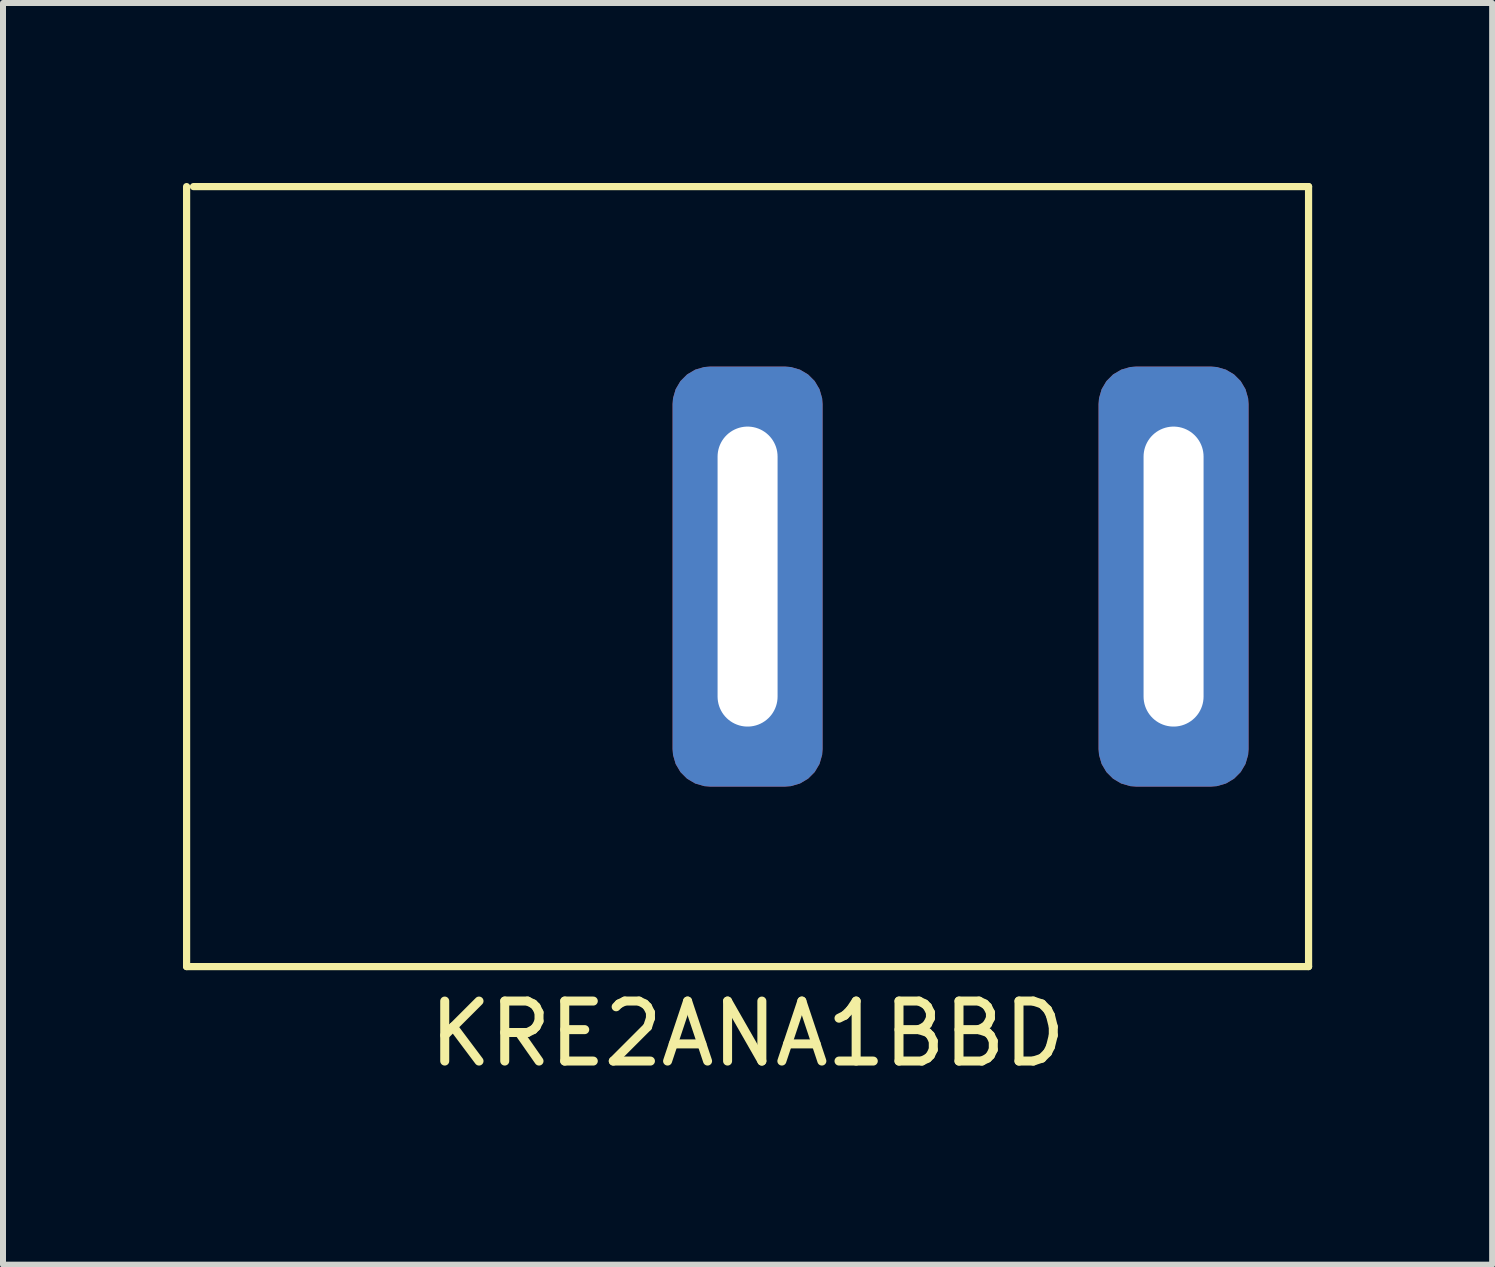
<source format=kicad_pcb>
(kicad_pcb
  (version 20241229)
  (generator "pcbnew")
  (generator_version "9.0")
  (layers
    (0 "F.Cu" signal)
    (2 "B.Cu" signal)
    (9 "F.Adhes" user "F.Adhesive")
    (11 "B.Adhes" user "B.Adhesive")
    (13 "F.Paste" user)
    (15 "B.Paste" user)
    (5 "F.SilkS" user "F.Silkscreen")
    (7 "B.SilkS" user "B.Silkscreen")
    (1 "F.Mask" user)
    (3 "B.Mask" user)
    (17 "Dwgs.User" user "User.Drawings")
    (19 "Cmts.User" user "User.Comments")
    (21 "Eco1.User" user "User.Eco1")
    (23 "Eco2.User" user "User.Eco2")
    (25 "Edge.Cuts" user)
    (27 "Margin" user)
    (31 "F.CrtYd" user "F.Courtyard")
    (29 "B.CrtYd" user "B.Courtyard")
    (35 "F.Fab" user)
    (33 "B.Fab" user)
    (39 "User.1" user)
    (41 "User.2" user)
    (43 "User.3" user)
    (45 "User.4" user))
  (footprint "KRE2ANA1BBD"
    (layer "F.Cu")
    (at 9.41 6.56)
    (property "Reference" "KRE2ANA1BBD" (at 0 7.62 0) (layer "F.SilkS") (effects (font (size 1 1) (thickness 0.15))))
    (attr through_hole)
    (fp_line (start -9.35 -6.5) (end -9.35 6.5) (stroke (width 0.12) (type solid)) (layer "F.SilkS"))
    (fp_line (start -9.35 6.5) (end 9.35 6.5) (stroke (width 0.12) (type solid)) (layer "F.SilkS"))
    (fp_line (start -9.235 -6.5) (end 9.35 -6.5) (stroke (width 0.12) (type solid)) (layer "F.SilkS"))
    (fp_line (start 9.35 -6.5) (end 9.35 6.5) (stroke (width 0.12) (type solid)) (layer "F.SilkS"))
    (pad "1" thru_hole roundrect (at 7.1 0) (size 2.5 7) (drill oval 1 5) (layers "*.Cu" "*.Mask") (roundrect_rratio 0.25))
    (pad "2" thru_hole roundrect (at 0 0) (size 2.5 7) (drill oval 1 5) (layers "*.Cu" "*.Mask") (roundrect_rratio 0.25)))
  (gr_rect
    (start -3 -3)
    (end 21.82 18.028)
    (stroke (width 0.1) (type default))
    (fill no)
    (layer "Edge.Cuts")))
</source>
